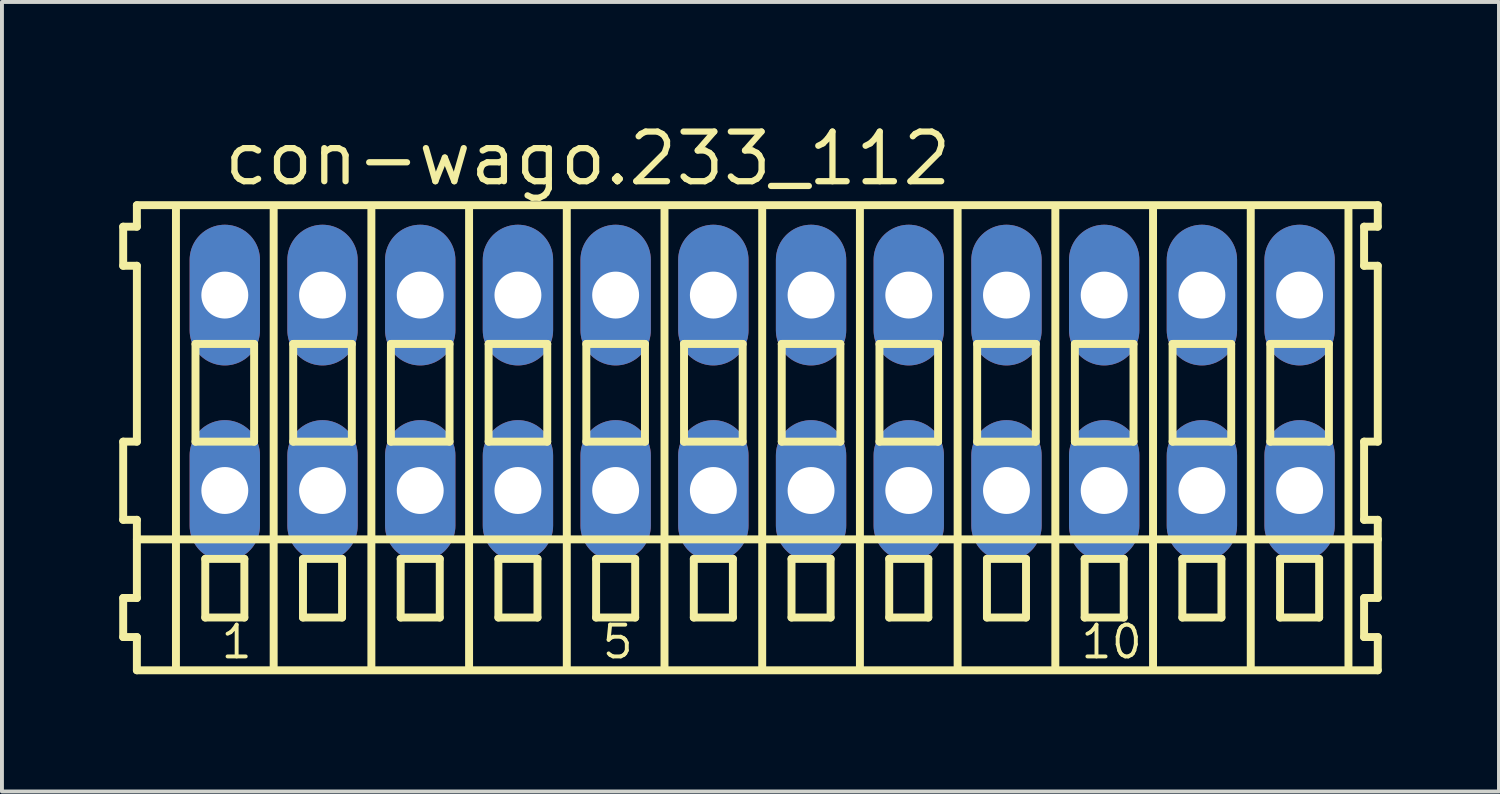
<source format=kicad_pcb>
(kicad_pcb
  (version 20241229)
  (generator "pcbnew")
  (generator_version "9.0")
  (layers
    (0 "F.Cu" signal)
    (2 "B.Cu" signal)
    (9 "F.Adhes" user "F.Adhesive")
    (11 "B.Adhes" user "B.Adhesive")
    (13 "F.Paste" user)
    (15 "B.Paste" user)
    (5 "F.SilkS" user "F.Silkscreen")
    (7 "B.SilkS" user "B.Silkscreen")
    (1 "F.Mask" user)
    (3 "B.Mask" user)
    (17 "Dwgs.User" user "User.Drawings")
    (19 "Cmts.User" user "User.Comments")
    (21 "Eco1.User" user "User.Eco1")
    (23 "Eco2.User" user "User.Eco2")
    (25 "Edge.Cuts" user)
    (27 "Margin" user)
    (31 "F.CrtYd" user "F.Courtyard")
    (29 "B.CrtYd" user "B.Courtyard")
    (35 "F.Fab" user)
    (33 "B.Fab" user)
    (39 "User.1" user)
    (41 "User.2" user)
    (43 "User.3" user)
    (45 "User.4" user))
  (footprint "con-wago.233_112"
    (layer "F.Cu")
    (at 16.452 7)
    (property "Reference" "con-wago.233_112" (at -13.85 -5.25 0) (layer "F.SilkS") (effects (font (size 1.27 1.27) (thickness 0.16)) (justify left bottom)))
    (attr through_hole)
    (fp_line (start -16.35 -4.25) (end -16.35 -3.25) (stroke (width 0.203) (type default)) (layer "F.SilkS"))
    (fp_line (start -16.35 -3.25) (end -16 -3.25) (stroke (width 0.203) (type default)) (layer "F.SilkS"))
    (fp_line (start -16.35 1.25) (end -16.35 3.25) (stroke (width 0.203) (type default)) (layer "F.SilkS"))
    (fp_line (start -16.35 3.25) (end -16 3.25) (stroke (width 0.203) (type default)) (layer "F.SilkS"))
    (fp_line (start -16.35 5.25) (end -16.35 6.25) (stroke (width 0.203) (type default)) (layer "F.SilkS"))
    (fp_line (start -16.35 6.25) (end -16 6.25) (stroke (width 0.203) (type default)) (layer "F.SilkS"))
    (fp_line (start -16 -4.8) (end -16 -4.25) (stroke (width 0.203) (type default)) (layer "F.SilkS"))
    (fp_line (start -16 -4.25) (end -16.35 -4.25) (stroke (width 0.203) (type default)) (layer "F.SilkS"))
    (fp_line (start -16 -3.25) (end -16 1.25) (stroke (width 0.203) (type default)) (layer "F.SilkS"))
    (fp_line (start -16 1.25) (end -16.35 1.25) (stroke (width 0.203) (type default)) (layer "F.SilkS"))
    (fp_line (start -16 3.25) (end -16 5.25) (stroke (width 0.203) (type default)) (layer "F.SilkS"))
    (fp_line (start -16 3.75) (end 15.75 3.75) (stroke (width 0.203) (type default)) (layer "F.SilkS"))
    (fp_line (start -16 5.25) (end -16.35 5.25) (stroke (width 0.203) (type default)) (layer "F.SilkS"))
    (fp_line (start -16 6.25) (end -16 7.1) (stroke (width 0.203) (type default)) (layer "F.SilkS"))
    (fp_line (start -16 7.1) (end 15.75 7.1) (stroke (width 0.203) (type default)) (layer "F.SilkS"))
    (fp_line (start -15 -4.75) (end -15 7) (stroke (width 0.203) (type default)) (layer "F.SilkS"))
    (fp_line (start -14.5 -1.25) (end -14.5 1.25) (stroke (width 0.203) (type default)) (layer "F.SilkS"))
    (fp_line (start -14.5 1.25) (end -13 1.25) (stroke (width 0.203) (type default)) (layer "F.SilkS"))
    (fp_line (start -14.25 4.25) (end -14.25 5.75) (stroke (width 0.203) (type default)) (layer "F.SilkS"))
    (fp_line (start -14.25 5.75) (end -13.25 5.75) (stroke (width 0.203) (type default)) (layer "F.SilkS"))
    (fp_line (start -13.25 4.25) (end -14.25 4.25) (stroke (width 0.203) (type default)) (layer "F.SilkS"))
    (fp_line (start -13.25 5.75) (end -13.25 4.25) (stroke (width 0.203) (type default)) (layer "F.SilkS"))
    (fp_line (start -13 -1.25) (end -14.5 -1.25) (stroke (width 0.203) (type default)) (layer "F.SilkS"))
    (fp_line (start -13 1.25) (end -13 -1.25) (stroke (width 0.203) (type default)) (layer "F.SilkS"))
    (fp_line (start -12.5 -4.75) (end -12.5 7) (stroke (width 0.203) (type default)) (layer "F.SilkS"))
    (fp_line (start -12 -1.25) (end -12 1.25) (stroke (width 0.203) (type default)) (layer "F.SilkS"))
    (fp_line (start -12 1.25) (end -10.5 1.25) (stroke (width 0.203) (type default)) (layer "F.SilkS"))
    (fp_line (start -11.75 4.25) (end -11.75 5.75) (stroke (width 0.203) (type default)) (layer "F.SilkS"))
    (fp_line (start -11.75 5.75) (end -10.75 5.75) (stroke (width 0.203) (type default)) (layer "F.SilkS"))
    (fp_line (start -10.75 4.25) (end -11.75 4.25) (stroke (width 0.203) (type default)) (layer "F.SilkS"))
    (fp_line (start -10.75 5.75) (end -10.75 4.25) (stroke (width 0.203) (type default)) (layer "F.SilkS"))
    (fp_line (start -10.5 -1.25) (end -12 -1.25) (stroke (width 0.203) (type default)) (layer "F.SilkS"))
    (fp_line (start -10.5 1.25) (end -10.5 -1.25) (stroke (width 0.203) (type default)) (layer "F.SilkS"))
    (fp_line (start -10 -4.75) (end -10 7) (stroke (width 0.203) (type default)) (layer "F.SilkS"))
    (fp_line (start -9.5 -1.25) (end -9.5 1.25) (stroke (width 0.203) (type default)) (layer "F.SilkS"))
    (fp_line (start -9.5 1.25) (end -8 1.25) (stroke (width 0.203) (type default)) (layer "F.SilkS"))
    (fp_line (start -9.25 4.25) (end -9.25 5.75) (stroke (width 0.203) (type default)) (layer "F.SilkS"))
    (fp_line (start -9.25 5.75) (end -8.25 5.75) (stroke (width 0.203) (type default)) (layer "F.SilkS"))
    (fp_line (start -8.25 4.25) (end -9.25 4.25) (stroke (width 0.203) (type default)) (layer "F.SilkS"))
    (fp_line (start -8.25 5.75) (end -8.25 4.25) (stroke (width 0.203) (type default)) (layer "F.SilkS"))
    (fp_line (start -8 -1.25) (end -9.5 -1.25) (stroke (width 0.203) (type default)) (layer "F.SilkS"))
    (fp_line (start -8 1.25) (end -8 -1.25) (stroke (width 0.203) (type default)) (layer "F.SilkS"))
    (fp_line (start -7.5 -4.75) (end -7.5 7) (stroke (width 0.203) (type default)) (layer "F.SilkS"))
    (fp_line (start -7 -1.25) (end -7 1.25) (stroke (width 0.203) (type default)) (layer "F.SilkS"))
    (fp_line (start -7 1.25) (end -5.5 1.25) (stroke (width 0.203) (type default)) (layer "F.SilkS"))
    (fp_line (start -6.75 4.25) (end -6.75 5.75) (stroke (width 0.203) (type default)) (layer "F.SilkS"))
    (fp_line (start -6.75 5.75) (end -5.75 5.75) (stroke (width 0.203) (type default)) (layer "F.SilkS"))
    (fp_line (start -5.75 4.25) (end -6.75 4.25) (stroke (width 0.203) (type default)) (layer "F.SilkS"))
    (fp_line (start -5.75 5.75) (end -5.75 4.25) (stroke (width 0.203) (type default)) (layer "F.SilkS"))
    (fp_line (start -5.5 -1.25) (end -7 -1.25) (stroke (width 0.203) (type default)) (layer "F.SilkS"))
    (fp_line (start -5.5 1.25) (end -5.5 -1.25) (stroke (width 0.203) (type default)) (layer "F.SilkS"))
    (fp_line (start -5 -4.75) (end -5 7) (stroke (width 0.203) (type default)) (layer "F.SilkS"))
    (fp_line (start -4.5 -1.25) (end -4.5 1.25) (stroke (width 0.203) (type default)) (layer "F.SilkS"))
    (fp_line (start -4.5 1.25) (end -3 1.25) (stroke (width 0.203) (type default)) (layer "F.SilkS"))
    (fp_line (start -4.25 4.25) (end -4.25 5.75) (stroke (width 0.203) (type default)) (layer "F.SilkS"))
    (fp_line (start -4.25 5.75) (end -3.25 5.75) (stroke (width 0.203) (type default)) (layer "F.SilkS"))
    (fp_line (start -3.25 4.25) (end -4.25 4.25) (stroke (width 0.203) (type default)) (layer "F.SilkS"))
    (fp_line (start -3.25 5.75) (end -3.25 4.25) (stroke (width 0.203) (type default)) (layer "F.SilkS"))
    (fp_line (start -3 -1.25) (end -4.5 -1.25) (stroke (width 0.203) (type default)) (layer "F.SilkS"))
    (fp_line (start -3 1.25) (end -3 -1.25) (stroke (width 0.203) (type default)) (layer "F.SilkS"))
    (fp_line (start -2.5 -4.75) (end -2.5 7) (stroke (width 0.203) (type default)) (layer "F.SilkS"))
    (fp_line (start -2 -1.25) (end -2 1.25) (stroke (width 0.203) (type default)) (layer "F.SilkS"))
    (fp_line (start -2 1.25) (end -0.5 1.25) (stroke (width 0.203) (type default)) (layer "F.SilkS"))
    (fp_line (start -1.75 4.25) (end -1.75 5.75) (stroke (width 0.203) (type default)) (layer "F.SilkS"))
    (fp_line (start -1.75 5.75) (end -0.75 5.75) (stroke (width 0.203) (type default)) (layer "F.SilkS"))
    (fp_line (start -0.75 4.25) (end -1.75 4.25) (stroke (width 0.203) (type default)) (layer "F.SilkS"))
    (fp_line (start -0.75 5.75) (end -0.75 4.25) (stroke (width 0.203) (type default)) (layer "F.SilkS"))
    (fp_line (start -0.5 -1.25) (end -2 -1.25) (stroke (width 0.203) (type default)) (layer "F.SilkS"))
    (fp_line (start -0.5 1.25) (end -0.5 -1.25) (stroke (width 0.203) (type default)) (layer "F.SilkS"))
    (fp_line (start 0 -4.75) (end 0 7) (stroke (width 0.203) (type default)) (layer "F.SilkS"))
    (fp_line (start 0.5 -1.25) (end 0.5 1.25) (stroke (width 0.203) (type default)) (layer "F.SilkS"))
    (fp_line (start 0.5 1.25) (end 2 1.25) (stroke (width 0.203) (type default)) (layer "F.SilkS"))
    (fp_line (start 0.75 4.25) (end 0.75 5.75) (stroke (width 0.203) (type default)) (layer "F.SilkS"))
    (fp_line (start 0.75 5.75) (end 1.75 5.75) (stroke (width 0.203) (type default)) (layer "F.SilkS"))
    (fp_line (start 1.75 4.25) (end 0.75 4.25) (stroke (width 0.203) (type default)) (layer "F.SilkS"))
    (fp_line (start 1.75 5.75) (end 1.75 4.25) (stroke (width 0.203) (type default)) (layer "F.SilkS"))
    (fp_line (start 2 -1.25) (end 0.5 -1.25) (stroke (width 0.203) (type default)) (layer "F.SilkS"))
    (fp_line (start 2 1.25) (end 2 -1.25) (stroke (width 0.203) (type default)) (layer "F.SilkS"))
    (fp_line (start 2.5 -4.75) (end 2.5 7) (stroke (width 0.203) (type default)) (layer "F.SilkS"))
    (fp_line (start 3 -1.25) (end 3 1.25) (stroke (width 0.203) (type default)) (layer "F.SilkS"))
    (fp_line (start 3 1.25) (end 4.5 1.25) (stroke (width 0.203) (type default)) (layer "F.SilkS"))
    (fp_line (start 3.25 4.25) (end 3.25 5.75) (stroke (width 0.203) (type default)) (layer "F.SilkS"))
    (fp_line (start 3.25 5.75) (end 4.25 5.75) (stroke (width 0.203) (type default)) (layer "F.SilkS"))
    (fp_line (start 4.25 4.25) (end 3.25 4.25) (stroke (width 0.203) (type default)) (layer "F.SilkS"))
    (fp_line (start 4.25 5.75) (end 4.25 4.25) (stroke (width 0.203) (type default)) (layer "F.SilkS"))
    (fp_line (start 4.5 -1.25) (end 3 -1.25) (stroke (width 0.203) (type default)) (layer "F.SilkS"))
    (fp_line (start 4.5 1.25) (end 4.5 -1.25) (stroke (width 0.203) (type default)) (layer "F.SilkS"))
    (fp_line (start 5 -4.75) (end 5 7) (stroke (width 0.203) (type default)) (layer "F.SilkS"))
    (fp_line (start 5.5 -1.25) (end 5.5 1.25) (stroke (width 0.203) (type default)) (layer "F.SilkS"))
    (fp_line (start 5.5 1.25) (end 7 1.25) (stroke (width 0.203) (type default)) (layer "F.SilkS"))
    (fp_line (start 5.75 4.25) (end 5.75 5.75) (stroke (width 0.203) (type default)) (layer "F.SilkS"))
    (fp_line (start 5.75 5.75) (end 6.75 5.75) (stroke (width 0.203) (type default)) (layer "F.SilkS"))
    (fp_line (start 6.75 4.25) (end 5.75 4.25) (stroke (width 0.203) (type default)) (layer "F.SilkS"))
    (fp_line (start 6.75 5.75) (end 6.75 4.25) (stroke (width 0.203) (type default)) (layer "F.SilkS"))
    (fp_line (start 7 -1.25) (end 5.5 -1.25) (stroke (width 0.203) (type default)) (layer "F.SilkS"))
    (fp_line (start 7 1.25) (end 7 -1.25) (stroke (width 0.203) (type default)) (layer "F.SilkS"))
    (fp_line (start 7.5 -4.75) (end 7.5 7) (stroke (width 0.203) (type default)) (layer "F.SilkS"))
    (fp_line (start 8 -1.25) (end 8 1.25) (stroke (width 0.203) (type default)) (layer "F.SilkS"))
    (fp_line (start 8 1.25) (end 9.5 1.25) (stroke (width 0.203) (type default)) (layer "F.SilkS"))
    (fp_line (start 8.25 4.25) (end 8.25 5.75) (stroke (width 0.203) (type default)) (layer "F.SilkS"))
    (fp_line (start 8.25 5.75) (end 9.25 5.75) (stroke (width 0.203) (type default)) (layer "F.SilkS"))
    (fp_line (start 9.25 4.25) (end 8.25 4.25) (stroke (width 0.203) (type default)) (layer "F.SilkS"))
    (fp_line (start 9.25 5.75) (end 9.25 4.25) (stroke (width 0.203) (type default)) (layer "F.SilkS"))
    (fp_line (start 9.5 -1.25) (end 8 -1.25) (stroke (width 0.203) (type default)) (layer "F.SilkS"))
    (fp_line (start 9.5 1.25) (end 9.5 -1.25) (stroke (width 0.203) (type default)) (layer "F.SilkS"))
    (fp_line (start 10 -4.75) (end 10 7) (stroke (width 0.203) (type default)) (layer "F.SilkS"))
    (fp_line (start 10.5 -1.25) (end 10.5 1.25) (stroke (width 0.203) (type default)) (layer "F.SilkS"))
    (fp_line (start 10.5 1.25) (end 12 1.25) (stroke (width 0.203) (type default)) (layer "F.SilkS"))
    (fp_line (start 10.75 4.25) (end 10.75 5.75) (stroke (width 0.203) (type default)) (layer "F.SilkS"))
    (fp_line (start 10.75 5.75) (end 11.75 5.75) (stroke (width 0.203) (type default)) (layer "F.SilkS"))
    (fp_line (start 11.75 4.25) (end 10.75 4.25) (stroke (width 0.203) (type default)) (layer "F.SilkS"))
    (fp_line (start 11.75 5.75) (end 11.75 4.25) (stroke (width 0.203) (type default)) (layer "F.SilkS"))
    (fp_line (start 12 -1.25) (end 10.5 -1.25) (stroke (width 0.203) (type default)) (layer "F.SilkS"))
    (fp_line (start 12 1.25) (end 12 -1.25) (stroke (width 0.203) (type default)) (layer "F.SilkS"))
    (fp_line (start 12.5 -4.75) (end 12.5 7) (stroke (width 0.203) (type default)) (layer "F.SilkS"))
    (fp_line (start 13 -1.25) (end 13 1.25) (stroke (width 0.203) (type default)) (layer "F.SilkS"))
    (fp_line (start 13 1.25) (end 14.5 1.25) (stroke (width 0.203) (type default)) (layer "F.SilkS"))
    (fp_line (start 13.25 4.25) (end 13.25 5.75) (stroke (width 0.203) (type default)) (layer "F.SilkS"))
    (fp_line (start 13.25 5.75) (end 14.25 5.75) (stroke (width 0.203) (type default)) (layer "F.SilkS"))
    (fp_line (start 14.25 4.25) (end 13.25 4.25) (stroke (width 0.203) (type default)) (layer "F.SilkS"))
    (fp_line (start 14.25 5.75) (end 14.25 4.25) (stroke (width 0.203) (type default)) (layer "F.SilkS"))
    (fp_line (start 14.5 -1.25) (end 13 -1.25) (stroke (width 0.203) (type default)) (layer "F.SilkS"))
    (fp_line (start 14.5 1.25) (end 14.5 -1.25) (stroke (width 0.203) (type default)) (layer "F.SilkS"))
    (fp_line (start 15 -4.75) (end 15 7) (stroke (width 0.203) (type default)) (layer "F.SilkS"))
    (fp_line (start 15.4 -4.25) (end 15.4 -3.25) (stroke (width 0.203) (type default)) (layer "F.SilkS"))
    (fp_line (start 15.4 -3.25) (end 15.75 -3.25) (stroke (width 0.203) (type default)) (layer "F.SilkS"))
    (fp_line (start 15.4 1.25) (end 15.4 3.25) (stroke (width 0.203) (type default)) (layer "F.SilkS"))
    (fp_line (start 15.4 3.25) (end 15.75 3.25) (stroke (width 0.203) (type default)) (layer "F.SilkS"))
    (fp_line (start 15.4 5.25) (end 15.4 6.25) (stroke (width 0.203) (type default)) (layer "F.SilkS"))
    (fp_line (start 15.4 6.25) (end 15.75 6.25) (stroke (width 0.203) (type default)) (layer "F.SilkS"))
    (fp_line (start 15.75 -4.8) (end -16 -4.8) (stroke (width 0.203) (type default)) (layer "F.SilkS"))
    (fp_line (start 15.75 -4.25) (end 15.4 -4.25) (stroke (width 0.203) (type default)) (layer "F.SilkS"))
    (fp_line (start 15.75 -4.25) (end 15.75 -4.8) (stroke (width 0.203) (type default)) (layer "F.SilkS"))
    (fp_line (start 15.75 1.25) (end 15.4 1.25) (stroke (width 0.203) (type default)) (layer "F.SilkS"))
    (fp_line (start 15.75 1.25) (end 15.75 -3.25) (stroke (width 0.203) (type default)) (layer "F.SilkS"))
    (fp_line (start 15.75 3.75) (end 15.75 3.25) (stroke (width 0.203) (type default)) (layer "F.SilkS"))
    (fp_line (start 15.75 5.25) (end 15.4 5.25) (stroke (width 0.203) (type default)) (layer "F.SilkS"))
    (fp_line (start 15.75 5.25) (end 15.75 3.75) (stroke (width 0.203) (type default)) (layer "F.SilkS"))
    (fp_line (start 15.75 7.1) (end 15.75 6.25) (stroke (width 0.203) (type default)) (layer "F.SilkS"))
    (fp_text user "10" (at 8.1 6.85 0) (layer "F.SilkS") (effects (font (size 0.813 0.813) (thickness 0.1)) (justify left bottom)))
    (fp_text user "1" (at -13.9 6.85 0) (layer "F.SilkS") (effects (font (size 0.813 0.813) (thickness 0.1)) (justify left bottom)))
    (fp_text user "5" (at -4.15 6.85 0) (layer "F.SilkS") (effects (font (size 0.813 0.813) (thickness 0.1)) (justify left bottom)))
    (pad "A1" thru_hole oval (at -13.75 -2.5 90) (size 3.6 1.8) (drill 1.2) (layers "*.Cu" "*.Mask"))
    (pad "A2" thru_hole oval (at -11.25 -2.5 90) (size 3.6 1.8) (drill 1.2) (layers "*.Cu" "*.Mask"))
    (pad "A3" thru_hole oval (at -8.75 -2.5 90) (size 3.6 1.8) (drill 1.2) (layers "*.Cu" "*.Mask"))
    (pad "A4" thru_hole oval (at -6.25 -2.5 90) (size 3.6 1.8) (drill 1.2) (layers "*.Cu" "*.Mask"))
    (pad "A5" thru_hole oval (at -3.75 -2.5 90) (size 3.6 1.8) (drill 1.2) (layers "*.Cu" "*.Mask"))
    (pad "A6" thru_hole oval (at -1.25 -2.5 90) (size 3.6 1.8) (drill 1.2) (layers "*.Cu" "*.Mask"))
    (pad "A7" thru_hole oval (at 1.25 -2.5 90) (size 3.6 1.8) (drill 1.2) (layers "*.Cu" "*.Mask"))
    (pad "A8" thru_hole oval (at 3.75 -2.5 90) (size 3.6 1.8) (drill 1.2) (layers "*.Cu" "*.Mask"))
    (pad "A9" thru_hole oval (at 6.25 -2.5 90) (size 3.6 1.8) (drill 1.2) (layers "*.Cu" "*.Mask"))
    (pad "A10" thru_hole oval (at 8.75 -2.5 90) (size 3.6 1.8) (drill 1.2) (layers "*.Cu" "*.Mask"))
    (pad "A11" thru_hole oval (at 11.25 -2.5 90) (size 3.6 1.8) (drill 1.2) (layers "*.Cu" "*.Mask"))
    (pad "A12" thru_hole oval (at 13.75 -2.5 90) (size 3.6 1.8) (drill 1.2) (layers "*.Cu" "*.Mask"))
    (pad "B1" thru_hole oval (at -13.75 2.5 90) (size 3.6 1.8) (drill 1.2) (layers "*.Cu" "*.Mask"))
    (pad "B2" thru_hole oval (at -11.25 2.5 90) (size 3.6 1.8) (drill 1.2) (layers "*.Cu" "*.Mask"))
    (pad "B3" thru_hole oval (at -8.75 2.5 90) (size 3.6 1.8) (drill 1.2) (layers "*.Cu" "*.Mask"))
    (pad "B4" thru_hole oval (at -6.25 2.5 90) (size 3.6 1.8) (drill 1.2) (layers "*.Cu" "*.Mask"))
    (pad "B5" thru_hole oval (at -3.75 2.5 90) (size 3.6 1.8) (drill 1.2) (layers "*.Cu" "*.Mask"))
    (pad "B6" thru_hole oval (at -1.25 2.5 90) (size 3.6 1.8) (drill 1.2) (layers "*.Cu" "*.Mask"))
    (pad "B7" thru_hole oval (at 1.25 2.5 90) (size 3.6 1.8) (drill 1.2) (layers "*.Cu" "*.Mask"))
    (pad "B8" thru_hole oval (at 3.75 2.5 90) (size 3.6 1.8) (drill 1.2) (layers "*.Cu" "*.Mask"))
    (pad "B9" thru_hole oval (at 6.25 2.5 90) (size 3.6 1.8) (drill 1.2) (layers "*.Cu" "*.Mask"))
    (pad "B10" thru_hole oval (at 8.75 2.5 90) (size 3.6 1.8) (drill 1.2) (layers "*.Cu" "*.Mask"))
    (pad "B11" thru_hole oval (at 11.25 2.5 90) (size 3.6 1.8) (drill 1.2) (layers "*.Cu" "*.Mask"))
    (pad "B12" thru_hole oval (at 13.75 2.5 90) (size 3.6 1.8) (drill 1.2) (layers "*.Cu" "*.Mask")))
  (gr_rect
    (start -3 -3)
    (end 35.303 17.202)
    (stroke (width 0.1) (type default))
    (fill no)
    (layer "Edge.Cuts")))
</source>
